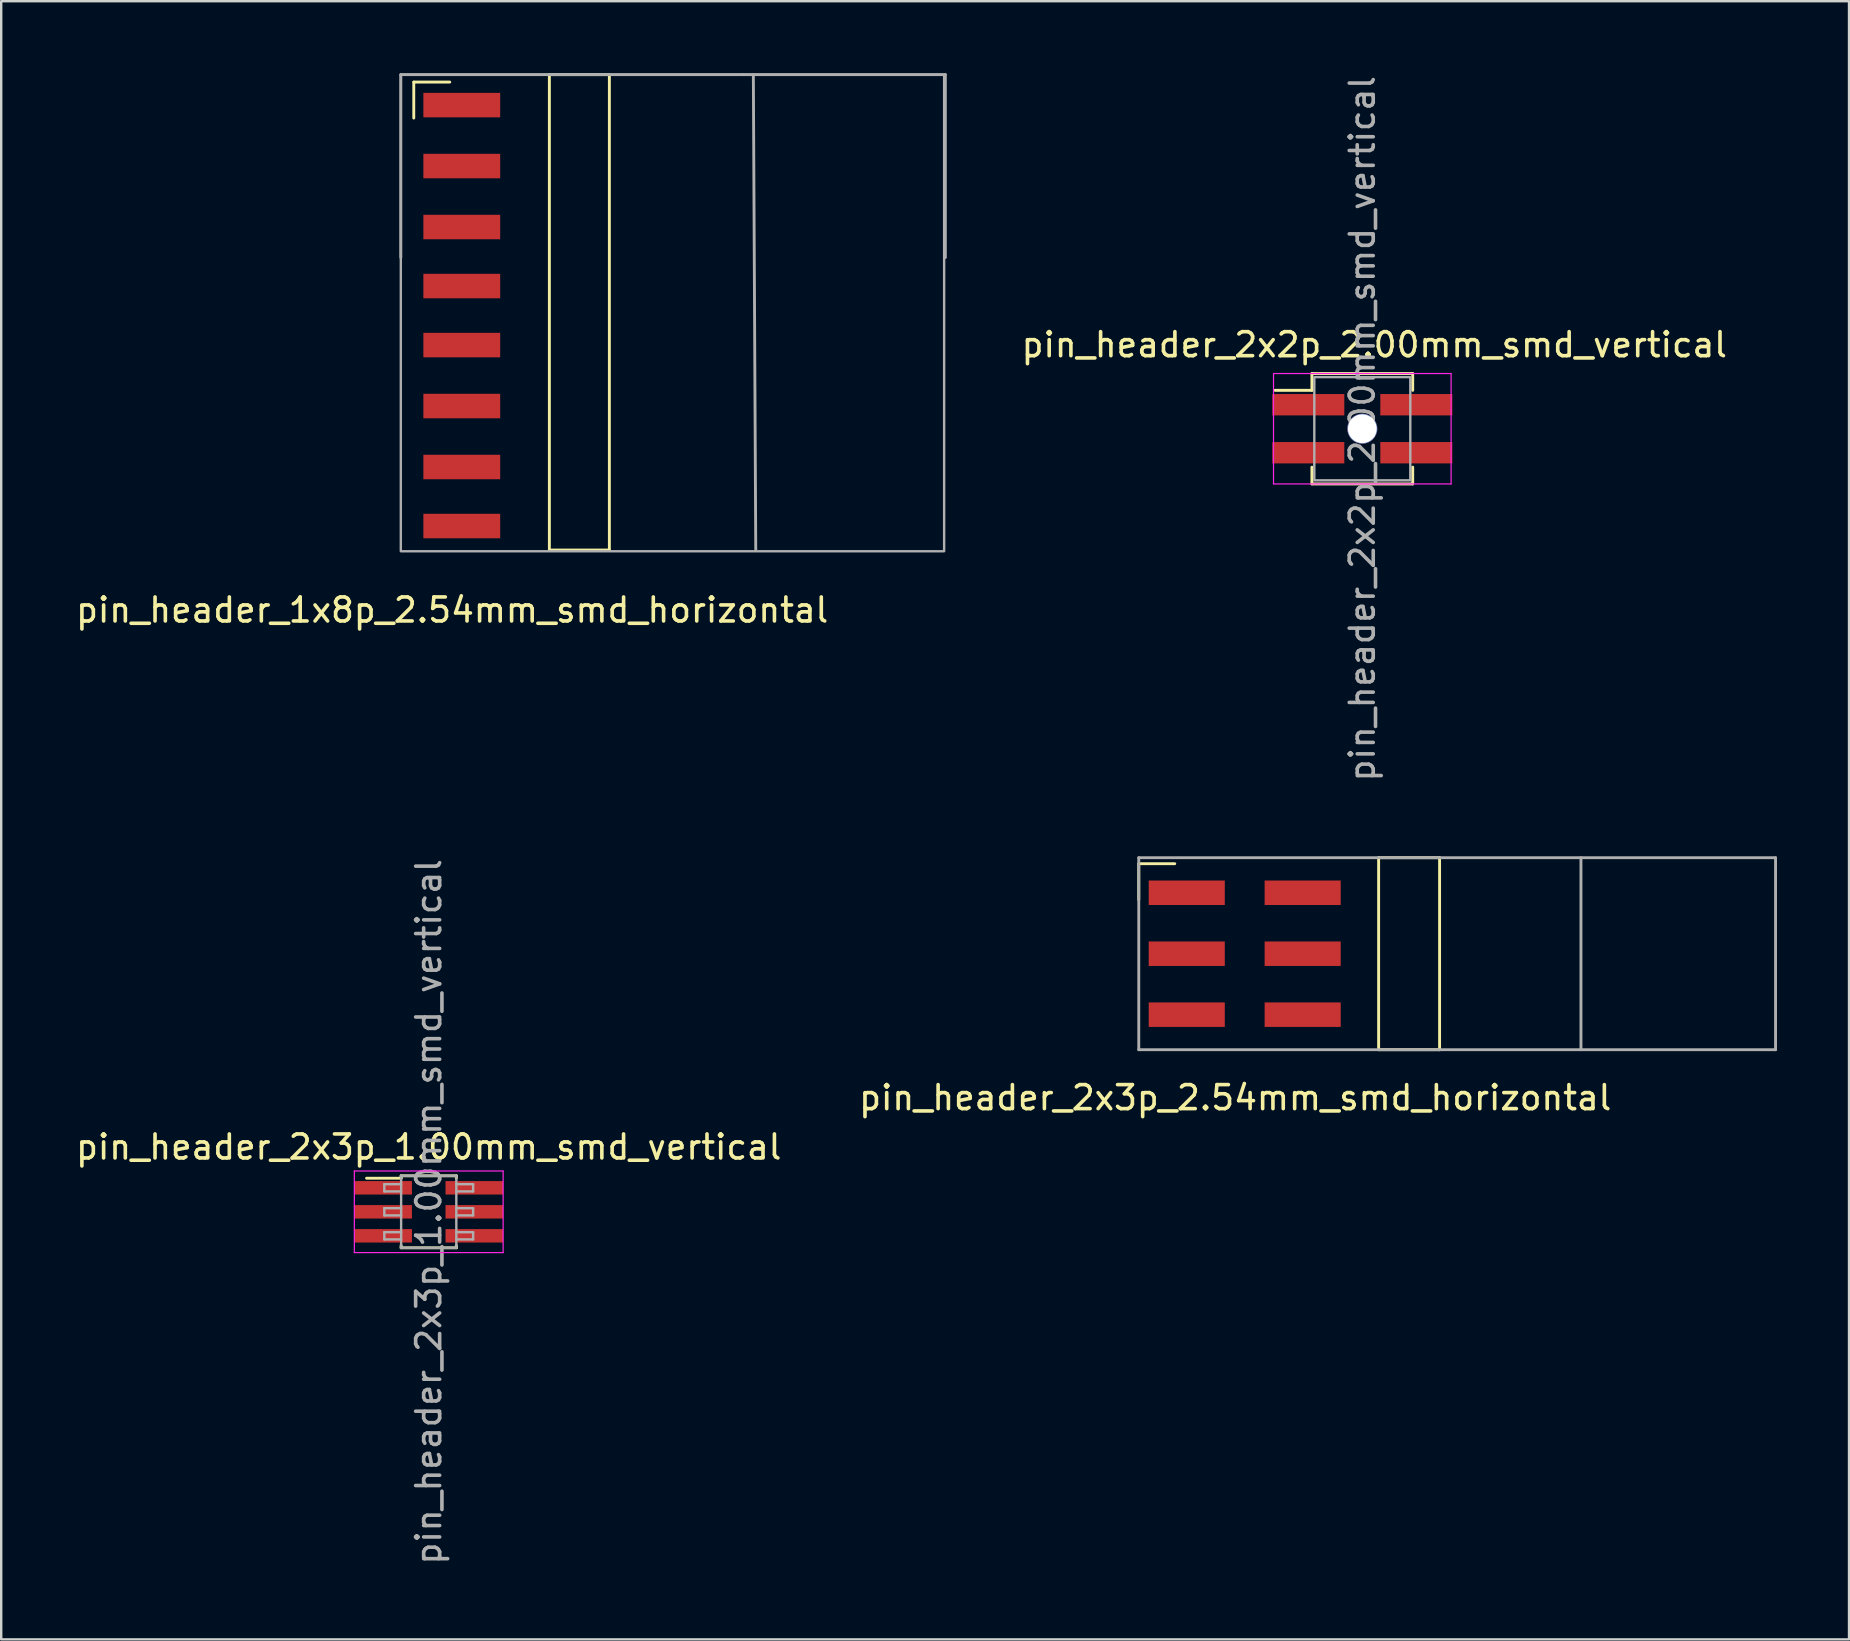
<source format=kicad_pcb>
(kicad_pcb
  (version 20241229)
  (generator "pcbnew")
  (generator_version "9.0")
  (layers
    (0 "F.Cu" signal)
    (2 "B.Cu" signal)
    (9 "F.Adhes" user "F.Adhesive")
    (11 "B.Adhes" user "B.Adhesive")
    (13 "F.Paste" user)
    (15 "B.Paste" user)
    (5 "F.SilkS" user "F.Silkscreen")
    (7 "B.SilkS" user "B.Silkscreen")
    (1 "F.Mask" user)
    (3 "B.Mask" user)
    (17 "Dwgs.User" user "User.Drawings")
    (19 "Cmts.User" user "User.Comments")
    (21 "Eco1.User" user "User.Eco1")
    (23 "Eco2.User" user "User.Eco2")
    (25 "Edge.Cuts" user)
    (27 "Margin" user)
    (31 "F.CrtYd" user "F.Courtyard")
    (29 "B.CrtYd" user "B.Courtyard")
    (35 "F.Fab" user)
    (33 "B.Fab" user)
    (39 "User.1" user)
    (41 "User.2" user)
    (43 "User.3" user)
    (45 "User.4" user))
  (footprint "pin_header_1x8p_2.54mm_smd_horizontal"
    (layer "F.Cu")
    (at 16.192 8.87)
    (property "Reference" "pin_header_1x8p_2.54mm_smd_horizontal" (at -0.4 13.5 0) (layer "F.SilkS") (effects (font (size 1 1) (thickness 0.15))))
    (attr through_hole)
    (fp_line (start -2 -8.5) (end -0.5 -8.5) (stroke (width 0.12) (type solid)) (layer "F.SilkS"))
    (fp_line (start -2 -7) (end -2 -8.5) (stroke (width 0.12) (type solid)) (layer "F.SilkS"))
    (fp_line (start 3.65 -8.81) (end 3.65 11) (stroke (width 0.12) (type solid)) (layer "F.SilkS"))
    (fp_line (start 3.65 -8.81) (end 6.15 -8.81) (stroke (width 0.12) (type solid)) (layer "F.SilkS"))
    (fp_line (start 3.65 11) (end 6.15 11) (stroke (width 0.12) (type solid)) (layer "F.SilkS"))
    (fp_line (start 6.15 -8.81) (end 6.15 11) (stroke (width 0.12) (type solid)) (layer "F.SilkS"))
    (fp_line (start -2.54 -8.81) (end 11.7 -8.81) (stroke (width 0.12) (type solid)) (layer "F.Fab"))
    (fp_line (start -2.54 -1.19) (end -2.54 -8.81) (stroke (width 0.12) (type solid)) (layer "F.Fab"))
    (fp_line (start 12.15 -8.81) (end 12.25 11) (stroke (width 0.12) (type solid)) (layer "F.Fab"))
    (fp_line (start 20.15 -8.81) (end 11.7 -8.81) (stroke (width 0.12) (type solid)) (layer "F.Fab"))
    (fp_line (start 20.15 -8.81) (end 20.15 -1.19) (stroke (width 0.12) (type solid)) (layer "F.Fab"))
    (fp_rect (start -2.54 -8.81) (end 20.1 11.05) (stroke (width 0.1) (type solid)) (fill no) (layer "F.Fab"))
    (pad "1" smd rect (at 0 -7.54) (size 3.2 1.02) (layers "F.Cu" "F.Mask" "F.Paste"))
    (pad "2" smd rect (at 0 -5) (size 3.2 1.02) (layers "F.Cu" "F.Mask" "F.Paste"))
    (pad "3" smd rect (at 0 -2.46) (size 3.2 1.02) (layers "F.Cu" "F.Mask" "F.Paste"))
    (pad "4" smd rect (at 0 0) (size 3.2 1.02) (layers "F.Cu" "F.Mask" "F.Paste"))
    (pad "5" smd rect (at 0 2.46) (size 3.2 1.02) (layers "F.Cu" "F.Mask" "F.Paste"))
    (pad "6" smd rect (at 0 5) (size 3.2 1.02) (layers "F.Cu" "F.Mask" "F.Paste"))
    (pad "7" smd rect (at 0 7.54) (size 3.2 1.02) (layers "F.Cu" "F.Mask" "F.Paste"))
    (pad "8" smd rect (at 0 10) (size 3.2 1.02) (layers "F.Cu" "F.Mask" "F.Paste")))
  (footprint "pin_header_2x3p_1.00mm_smd_vertical"
    (layer "F.Cu")
    (at 14.815 47.446)
    (property "Reference" "pin_header_2x3p_1.00mm_smd_vertical" (at 0 -2.7 0) (layer "F.SilkS") (effects (font (size 1 1) (thickness 0.15))))
    (attr smd)
    (fp_line (start -2.59 -1.4) (end -1.15 -1.4) (stroke (width 0.12) (type solid)) (layer "F.SilkS"))
    (fp_line (start -1.15 -1.5) (end -1.15 -1.4) (stroke (width 0.12) (type solid)) (layer "F.SilkS"))
    (fp_line (start -1.15 -1.5) (end 1.15 -1.5) (stroke (width 0.12) (type solid)) (layer "F.SilkS"))
    (fp_line (start -1.15 1.4) (end -1.15 1.5) (stroke (width 0.12) (type solid)) (layer "F.SilkS"))
    (fp_line (start -1.15 1.5) (end 1.15 1.5) (stroke (width 0.12) (type solid)) (layer "F.SilkS"))
    (fp_line (start 1.15 -1.5) (end 1.15 -1.4) (stroke (width 0.12) (type solid)) (layer "F.SilkS"))
    (fp_line (start 1.15 1.4) (end 1.15 1.5) (stroke (width 0.12) (type solid)) (layer "F.SilkS"))
    (fp_line (start -3.1 -1.7) (end -3.1 1.7) (stroke (width 0.05) (type solid)) (layer "F.CrtYd"))
    (fp_line (start -3.1 1.7) (end 3.1 1.7) (stroke (width 0.05) (type solid)) (layer "F.CrtYd"))
    (fp_line (start 3.1 -1.7) (end -3.1 -1.7) (stroke (width 0.05) (type solid)) (layer "F.CrtYd"))
    (fp_line (start 3.1 1.7) (end 3.1 -1.7) (stroke (width 0.05) (type solid)) (layer "F.CrtYd"))
    (fp_line (start -1.85 -1.15) (end -1.85 -0.85) (stroke (width 0.1) (type solid)) (layer "F.Fab"))
    (fp_line (start -1.85 -0.85) (end -1.15 -0.85) (stroke (width 0.1) (type solid)) (layer "F.Fab"))
    (fp_line (start -1.85 -0.15) (end -1.85 0.15) (stroke (width 0.1) (type solid)) (layer "F.Fab"))
    (fp_line (start -1.85 0.15) (end -1.15 0.15) (stroke (width 0.1) (type solid)) (layer "F.Fab"))
    (fp_line (start -1.85 0.85) (end -1.85 1.15) (stroke (width 0.1) (type solid)) (layer "F.Fab"))
    (fp_line (start -1.85 1.15) (end -1.15 1.15) (stroke (width 0.1) (type solid)) (layer "F.Fab"))
    (fp_line (start -1.15 -1.5) (end 1.15 -1.5) (stroke (width 0.1) (type solid)) (layer "F.Fab"))
    (fp_line (start -1.15 -1.15) (end -1.85 -1.15) (stroke (width 0.1) (type solid)) (layer "F.Fab"))
    (fp_line (start -1.15 -0.15) (end -1.85 -0.15) (stroke (width 0.1) (type solid)) (layer "F.Fab"))
    (fp_line (start -1.15 0.85) (end -1.85 0.85) (stroke (width 0.1) (type solid)) (layer "F.Fab"))
    (fp_line (start -1.15 1.5) (end -1.15 -1.5) (stroke (width 0.1) (type solid)) (layer "F.Fab"))
    (fp_line (start 1.15 -1.5) (end 1.15 1.5) (stroke (width 0.1) (type solid)) (layer "F.Fab"))
    (fp_line (start 1.15 -1.15) (end 1.85 -1.15) (stroke (width 0.1) (type solid)) (layer "F.Fab"))
    (fp_line (start 1.15 -0.15) (end 1.85 -0.15) (stroke (width 0.1) (type solid)) (layer "F.Fab"))
    (fp_line (start 1.15 0.85) (end 1.85 0.85) (stroke (width 0.1) (type solid)) (layer "F.Fab"))
    (fp_line (start 1.15 1.5) (end -1.15 1.5) (stroke (width 0.1) (type solid)) (layer "F.Fab"))
    (fp_line (start 1.85 -1.15) (end 1.85 -0.85) (stroke (width 0.1) (type solid)) (layer "F.Fab"))
    (fp_line (start 1.85 -0.85) (end 1.15 -0.85) (stroke (width 0.1) (type solid)) (layer "F.Fab"))
    (fp_line (start 1.85 -0.15) (end 1.85 0.15) (stroke (width 0.1) (type solid)) (layer "F.Fab"))
    (fp_line (start 1.85 0.15) (end 1.15 0.15) (stroke (width 0.1) (type solid)) (layer "F.Fab"))
    (fp_line (start 1.85 0.85) (end 1.85 1.15) (stroke (width 0.1) (type solid)) (layer "F.Fab"))
    (fp_line (start 1.85 1.15) (end 1.15 1.15) (stroke (width 0.1) (type solid)) (layer "F.Fab"))
    (fp_text user "${REFERENCE}" (at 0 0 90) (layer "F.Fab") (effects (font (size 1 1) (thickness 0.15))))
    (pad "1" smd rect (at -1.9 -1) (size 2.4 0.56) (layers "F.Cu" "F.Mask" "F.Paste"))
    (pad "2" smd rect (at -1.9 0) (size 2.4 0.56) (layers "F.Cu" "F.Mask" "F.Paste"))
    (pad "3" smd rect (at -1.9 1) (size 2.4 0.56) (layers "F.Cu" "F.Mask" "F.Paste"))
    (pad "4" smd rect (at 1.9 1) (size 2.4 0.56) (layers "F.Cu" "F.Mask" "F.Paste"))
    (pad "5" smd rect (at 1.9 0) (size 2.4 0.56) (layers "F.Cu" "F.Mask" "F.Paste"))
    (pad "6" smd rect (at 1.9 -1) (size 2.4 0.56) (layers "F.Cu" "F.Mask" "F.Paste")))
  (footprint "pin_header_2x2p_2.00mm_smd_vertical"
    (layer "F.Cu")
    (at 53.717 14.815)
    (property "Reference" "pin_header_2x2p_2.00mm_smd_vertical" (at 0.5 -3.5 0) (layer "F.SilkS") (effects (font (size 1 1) (thickness 0.15))))
    (attr smd)
    (fp_line (start -3.64 -1.6) (end -2.1 -1.6) (stroke (width 0.12) (type solid)) (layer "F.SilkS"))
    (fp_line (start -2.1 -2.3) (end -2.1 -1.6) (stroke (width 0.12) (type solid)) (layer "F.SilkS"))
    (fp_line (start -2.1 -2.3) (end 2.1 -2.3) (stroke (width 0.12) (type solid)) (layer "F.SilkS"))
    (fp_line (start -2.1 2.3) (end -2.1 1.6) (stroke (width 0.12) (type solid)) (layer "F.SilkS"))
    (fp_line (start -2.1 2.3) (end 2.1 2.3) (stroke (width 0.12) (type solid)) (layer "F.SilkS"))
    (fp_line (start 2.1 -2.3) (end 2.1 -1.6) (stroke (width 0.12) (type solid)) (layer "F.SilkS"))
    (fp_line (start 2.1 1.6) (end 2.1 2.3) (stroke (width 0.12) (type solid)) (layer "F.SilkS"))
    (fp_line (start -3.7 -2.3) (end -3.7 2.3) (stroke (width 0.05) (type solid)) (layer "F.CrtYd"))
    (fp_line (start -3.7 2.3) (end 3.7 2.3) (stroke (width 0.05) (type solid)) (layer "F.CrtYd"))
    (fp_line (start 3.7 -2.3) (end -3.7 -2.3) (stroke (width 0.05) (type solid)) (layer "F.CrtYd"))
    (fp_line (start 3.7 2.3) (end 3.7 -2.3) (stroke (width 0.05) (type solid)) (layer "F.CrtYd"))
    (fp_rect (start -2 -2.15) (end 2 2.15) (stroke (width 0.1) (type solid)) (fill no) (layer "F.Fab"))
    (fp_text user "${REFERENCE}" (at 0 0 90) (layer "F.Fab") (effects (font (size 1 1) (thickness 0.15))))
    (pad "" np_thru_hole circle (at 0 0) (size 1.25 1.25) (drill 1.2) (layers "*.Cu" "*.Mask"))
    (pad "1" smd rect (at 2.25 -1) (size 3 0.89) (layers "F.Cu" "F.Mask" "F.Paste"))
    (pad "2" smd rect (at 2.25 1) (size 3 0.89) (layers "F.Cu" "F.Mask" "F.Paste"))
    (pad "3" smd rect (at -2.25 1) (size 3 0.89) (layers "F.Cu" "F.Mask" "F.Paste"))
    (pad "4" smd rect (at -2.25 -1) (size 3 0.89) (layers "F.Cu" "F.Mask" "F.Paste")))
  (footprint "pin_header_2x3p_2.54mm_smd_horizontal"
    (layer "F.Cu")
    (at 48.828 36.691)
    (property "Reference" "pin_header_2x3p_2.54mm_smd_horizontal" (at -0.406 6 0) (layer "F.SilkS") (effects (font (size 1 1) (thickness 0.15))))
    (attr through_hole)
    (fp_line (start -4.426 -3.75) (end -2.926 -3.75) (stroke (width 0.12) (type solid)) (layer "F.SilkS"))
    (fp_line (start -4.426 -2.25) (end -4.426 -3.75) (stroke (width 0.12) (type solid)) (layer "F.SilkS"))
    (fp_line (start 5.569 -4) (end 5.569 4) (stroke (width 0.12) (type solid)) (layer "F.SilkS"))
    (fp_line (start 5.569 -4) (end 8.109 -4) (stroke (width 0.12) (type solid)) (layer "F.SilkS"))
    (fp_line (start 8.109 -4) (end 8.109 4) (stroke (width 0.12) (type solid)) (layer "F.SilkS"))
    (fp_line (start 8.109 4) (end 5.569 4) (stroke (width 0.12) (type solid)) (layer "F.SilkS"))
    (fp_line (start -4.426 -4) (end 22.109 -4) (stroke (width 0.12) (type solid)) (layer "F.Fab"))
    (fp_line (start -4.426 4) (end -4.426 -4) (stroke (width 0.12) (type solid)) (layer "F.Fab"))
    (fp_line (start 14 -4) (end 14 4) (stroke (width 0.12) (type solid)) (layer "F.Fab"))
    (fp_line (start 22.109 -4) (end 22.109 4) (stroke (width 0.12) (type solid)) (layer "F.Fab"))
    (fp_line (start 22.109 4) (end -4.426 4) (stroke (width 0.12) (type solid)) (layer "F.Fab"))
    (pad "1" smd rect (at -2.426 -2.54) (size 3.17 1.02) (layers "F.Cu" "F.Mask" "F.Paste"))
    (pad "2" smd rect (at -2.426 0) (size 3.17 1.02) (layers "F.Cu" "F.Mask" "F.Paste"))
    (pad "3" smd rect (at -2.426 2.54) (size 3.17 1.02) (layers "F.Cu" "F.Mask" "F.Paste"))
    (pad "4" smd rect (at 2.404 2.54) (size 3.17 1.02) (layers "F.Cu" "F.Mask" "F.Paste"))
    (pad "5" smd rect (at 2.404 0) (size 3.17 1.02) (layers "F.Cu" "F.Mask" "F.Paste"))
    (pad "6" smd rect (at 2.404 -2.54) (size 3.17 1.02) (layers "F.Cu" "F.Mask" "F.Paste")))
  (gr_rect
    (start -3 -3)
    (end 73.998 65.262)
    (stroke (width 0.1) (type default))
    (fill no)
    (layer "Edge.Cuts")))
</source>
